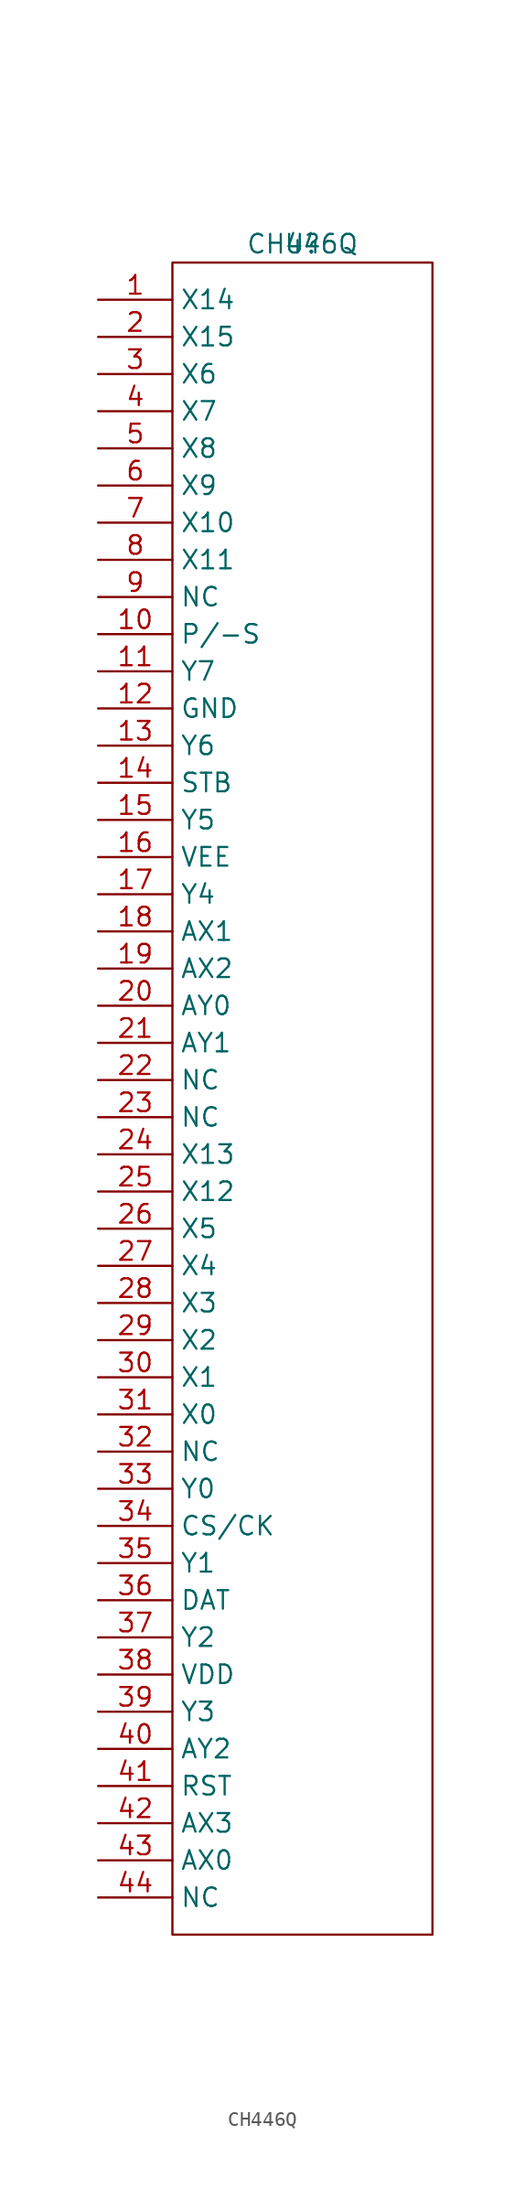
<source format=kicad_sym>
(kicad_symbol_lib
  (version 20231120)
  (generator "kicad_symbol_editor")
  (generator_version "8.0")
  (symbol "CH446Q"
    (property "Reference" "U"
      (at 0 0 0)
      (effects (font (size 1.27 1.27))))
    (property "Value" "CH446Q"
      (at 0 0 0)
      (effects (font (size 1.27 1.27))))
    (symbol "CH446Q_0_1"
      (rectangle (start -8.89 -1.27) (end 8.89 -115.57) (stroke (width 0) (type default)) (fill (type none))))
    (symbol "CH446Q_1_1"
      (pin input line (at -13.97 -3.81 0) (length 5.08) (name "X14" (effects (font (size 1.27 1.27)))) (number "1" (effects (font (size 1.27 1.27)))))
      (pin input line (at -13.97 -26.67 0) (length 5.08) (name "P/-S" (effects (font (size 1.27 1.27)))) (number "10" (effects (font (size 1.27 1.27)))))
      (pin output line (at -13.97 -29.21 0) (length 5.08) (name "Y7" (effects (font (size 1.27 1.27)))) (number "11" (effects (font (size 1.27 1.27)))))
      (pin input line (at -13.97 -31.75 0) (length 5.08) (name "GND" (effects (font (size 1.27 1.27)))) (number "12" (effects (font (size 1.27 1.27)))))
      (pin output line (at -13.97 -34.29 0) (length 5.08) (name "Y6" (effects (font (size 1.27 1.27)))) (number "13" (effects (font (size 1.27 1.27)))))
      (pin input line (at -13.97 -36.83 0) (length 5.08) (name "STB" (effects (font (size 1.27 1.27)))) (number "14" (effects (font (size 1.27 1.27)))))
      (pin output line (at -13.97 -39.37 0) (length 5.08) (name "Y5" (effects (font (size 1.27 1.27)))) (number "15" (effects (font (size 1.27 1.27)))))
      (pin power_in line (at -13.97 -41.91 0) (length 5.08) (name "VEE" (effects (font (size 1.27 1.27)))) (number "16" (effects (font (size 1.27 1.27)))))
      (pin power_in line (at -13.97 -44.45 0) (length 5.08) (name "Y4" (effects (font (size 1.27 1.27)))) (number "17" (effects (font (size 1.27 1.27)))))
      (pin input line (at -13.97 -46.99 0) (length 5.08) (name "AX1" (effects (font (size 1.27 1.27)))) (number "18" (effects (font (size 1.27 1.27)))))
      (pin input line (at -13.97 -49.53 0) (length 5.08) (name "AX2" (effects (font (size 1.27 1.27)))) (number "19" (effects (font (size 1.27 1.27)))))
      (pin input line (at -13.97 -6.35 0) (length 5.08) (name "X15" (effects (font (size 1.27 1.27)))) (number "2" (effects (font (size 1.27 1.27)))))
      (pin input line (at -13.97 -52.07 0) (length 5.08) (name "AY0" (effects (font (size 1.27 1.27)))) (number "20" (effects (font (size 1.27 1.27)))))
      (pin input line (at -13.97 -54.61 0) (length 5.08) (name "AY1" (effects (font (size 1.27 1.27)))) (number "21" (effects (font (size 1.27 1.27)))))
      (pin passive line (at -13.97 -57.15 0) (length 5.08) (name "NC" (effects (font (size 1.27 1.27)))) (number "22" (effects (font (size 1.27 1.27)))))
      (pin passive line (at -13.97 -59.69 0) (length 5.08) (name "NC" (effects (font (size 1.27 1.27)))) (number "23" (effects (font (size 1.27 1.27)))))
      (pin input line (at -13.97 -62.23 0) (length 5.08) (name "X13" (effects (font (size 1.27 1.27)))) (number "24" (effects (font (size 1.27 1.27)))))
      (pin input line (at -13.97 -64.77 0) (length 5.08) (name "X12" (effects (font (size 1.27 1.27)))) (number "25" (effects (font (size 1.27 1.27)))))
      (pin input line (at -13.97 -67.31 0) (length 5.08) (name "X5" (effects (font (size 1.27 1.27)))) (number "26" (effects (font (size 1.27 1.27)))))
      (pin input line (at -13.97 -69.85 0) (length 5.08) (name "X4" (effects (font (size 1.27 1.27)))) (number "27" (effects (font (size 1.27 1.27)))))
      (pin input line (at -13.97 -72.39 0) (length 5.08) (name "X3" (effects (font (size 1.27 1.27)))) (number "28" (effects (font (size 1.27 1.27)))))
      (pin input line (at -13.97 -74.93 0) (length 5.08) (name "X2" (effects (font (size 1.27 1.27)))) (number "29" (effects (font (size 1.27 1.27)))))
      (pin input line (at -13.97 -8.89 0) (length 5.08) (name "X6" (effects (font (size 1.27 1.27)))) (number "3" (effects (font (size 1.27 1.27)))))
      (pin input line (at -13.97 -77.47 0) (length 5.08) (name "X1" (effects (font (size 1.27 1.27)))) (number "30" (effects (font (size 1.27 1.27)))))
      (pin input line (at -13.97 -80.01 0) (length 5.08) (name "X0" (effects (font (size 1.27 1.27)))) (number "31" (effects (font (size 1.27 1.27)))))
      (pin passive line (at -13.97 -82.55 0) (length 5.08) (name "NC" (effects (font (size 1.27 1.27)))) (number "32" (effects (font (size 1.27 1.27)))))
      (pin output line (at -13.97 -85.09 0) (length 5.08) (name "Y0" (effects (font (size 1.27 1.27)))) (number "33" (effects (font (size 1.27 1.27)))))
      (pin input line (at -13.97 -87.63 0) (length 5.08) (name "CS/CK" (effects (font (size 1.27 1.27)))) (number "34" (effects (font (size 1.27 1.27)))))
      (pin output line (at -13.97 -90.17 0) (length 5.08) (name "Y1" (effects (font (size 1.27 1.27)))) (number "35" (effects (font (size 1.27 1.27)))))
      (pin input line (at -13.97 -92.71 0) (length 5.08) (name "DAT" (effects (font (size 1.27 1.27)))) (number "36" (effects (font (size 1.27 1.27)))))
      (pin input line (at -13.97 -95.25 0) (length 5.08) (name "Y2" (effects (font (size 1.27 1.27)))) (number "37" (effects (font (size 1.27 1.27)))))
      (pin power_in line (at -13.97 -97.79 0) (length 5.08) (name "VDD" (effects (font (size 1.27 1.27)))) (number "38" (effects (font (size 1.27 1.27)))))
      (pin output line (at -13.97 -100.33 0) (length 5.08) (name "Y3" (effects (font (size 1.27 1.27)))) (number "39" (effects (font (size 1.27 1.27)))))
      (pin input line (at -13.97 -11.43 0) (length 5.08) (name "X7" (effects (font (size 1.27 1.27)))) (number "4" (effects (font (size 1.27 1.27)))))
      (pin input line (at -13.97 -102.87 0) (length 5.08) (name "AY2" (effects (font (size 1.27 1.27)))) (number "40" (effects (font (size 1.27 1.27)))))
      (pin input line (at -13.97 -105.41 0) (length 5.08) (name "RST" (effects (font (size 1.27 1.27)))) (number "41" (effects (font (size 1.27 1.27)))))
      (pin input line (at -13.97 -107.95 0) (length 5.08) (name "AX3" (effects (font (size 1.27 1.27)))) (number "42" (effects (font (size 1.27 1.27)))))
      (pin input line (at -13.97 -110.49 0) (length 5.08) (name "AX0" (effects (font (size 1.27 1.27)))) (number "43" (effects (font (size 1.27 1.27)))))
      (pin passive line (at -13.97 -113.03 0) (length 5.08) (name "NC" (effects (font (size 1.27 1.27)))) (number "44" (effects (font (size 1.27 1.27)))))
      (pin input line (at -13.97 -13.97 0) (length 5.08) (name "X8" (effects (font (size 1.27 1.27)))) (number "5" (effects (font (size 1.27 1.27)))))
      (pin input line (at -13.97 -16.51 0) (length 5.08) (name "X9" (effects (font (size 1.27 1.27)))) (number "6" (effects (font (size 1.27 1.27)))))
      (pin input line (at -13.97 -19.05 0) (length 5.08) (name "X10" (effects (font (size 1.27 1.27)))) (number "7" (effects (font (size 1.27 1.27)))))
      (pin input line (at -13.97 -21.59 0) (length 5.08) (name "X11" (effects (font (size 1.27 1.27)))) (number "8" (effects (font (size 1.27 1.27)))))
      (pin passive line (at -13.97 -24.13 0) (length 5.08) (name "NC" (effects (font (size 1.27 1.27)))) (number "9" (effects (font (size 1.27 1.27))))))))
</source>
